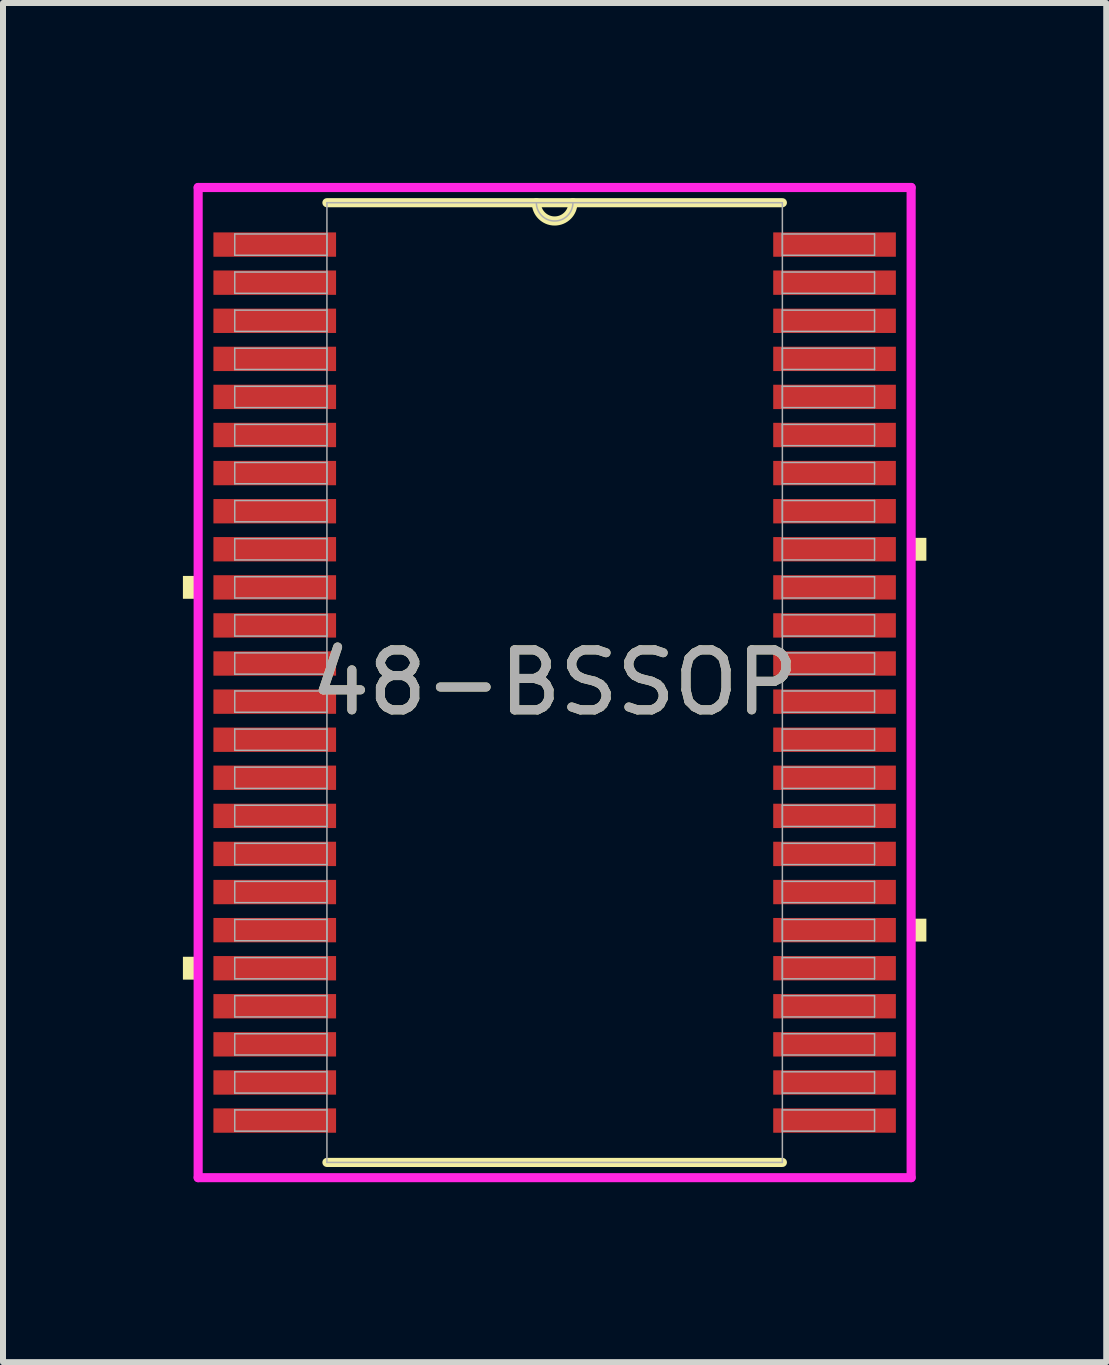
<source format=kicad_pcb>
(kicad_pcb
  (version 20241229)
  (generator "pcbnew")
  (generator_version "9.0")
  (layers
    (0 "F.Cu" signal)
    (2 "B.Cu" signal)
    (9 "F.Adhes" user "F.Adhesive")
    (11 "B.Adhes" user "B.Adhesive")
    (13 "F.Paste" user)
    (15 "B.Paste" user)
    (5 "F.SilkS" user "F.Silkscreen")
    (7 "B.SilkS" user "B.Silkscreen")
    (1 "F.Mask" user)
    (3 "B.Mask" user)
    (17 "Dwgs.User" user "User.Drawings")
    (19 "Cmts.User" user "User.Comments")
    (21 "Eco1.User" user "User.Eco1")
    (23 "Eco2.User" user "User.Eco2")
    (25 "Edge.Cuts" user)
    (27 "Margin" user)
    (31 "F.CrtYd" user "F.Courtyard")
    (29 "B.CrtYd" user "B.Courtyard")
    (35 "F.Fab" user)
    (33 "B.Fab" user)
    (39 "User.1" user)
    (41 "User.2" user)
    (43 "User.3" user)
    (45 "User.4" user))
  (footprint "48-BSSOP"
    (layer "F.Cu")
    (at 6.198 8.331)
    (property "Reference" "48-BSSOP" (at 0 0 0) (unlocked yes) (layer "F.SilkS") (effects (font (size 1 1) (thickness 0.15))))
    (attr smd)
    (fp_line (start -3.797 8.001) (end 3.797 8.001) (stroke (width 0.152) (type solid)) (layer "F.SilkS"))
    (fp_line (start 3.797 -8.001) (end -3.797 -8.001) (stroke (width 0.152) (type solid)) (layer "F.SilkS"))
    (fp_arc (start 0.3048 -8.001) (mid 0 -7.6962) (end -0.3048 -8.001) (stroke (width 0.1524) (type solid)) (layer "F.SilkS"))
    (fp_poly (pts (xy -6.198 -1.778) (xy -6.198 -1.397) (xy -5.944 -1.397) (xy -5.944 -1.778)) (stroke (width 0) (type solid)) (fill yes) (layer "F.SilkS"))
    (fp_poly (pts (xy -6.198 4.572) (xy -6.198 4.953) (xy -5.944 4.953) (xy -5.944 4.572)) (stroke (width 0) (type solid)) (fill yes) (layer "F.SilkS"))
    (fp_poly (pts (xy 6.198 -2.413) (xy 6.198 -2.032) (xy 5.944 -2.032) (xy 5.944 -2.413)) (stroke (width 0) (type solid)) (fill yes) (layer "F.SilkS"))
    (fp_poly (pts (xy 6.198 3.937) (xy 6.198 4.318) (xy 5.944 4.318) (xy 5.944 3.937)) (stroke (width 0) (type solid)) (fill yes) (layer "F.SilkS"))
    (fp_line (start -5.944 -8.255) (end 5.944 -8.255) (stroke (width 0.152) (type solid)) (layer "F.CrtYd"))
    (fp_line (start -5.944 8.255) (end -5.944 -8.255) (stroke (width 0.152) (type solid)) (layer "F.CrtYd"))
    (fp_line (start 5.944 -8.255) (end 5.944 8.255) (stroke (width 0.152) (type solid)) (layer "F.CrtYd"))
    (fp_line (start 5.944 8.255) (end -5.944 8.255) (stroke (width 0.152) (type solid)) (layer "F.CrtYd"))
    (fp_line (start -5.334 -7.48) (end -5.334 -7.125) (stroke (width 0.025) (type solid)) (layer "F.Fab"))
    (fp_line (start -5.334 -7.125) (end -3.797 -7.125) (stroke (width 0.025) (type solid)) (layer "F.Fab"))
    (fp_line (start -5.334 -6.845) (end -5.334 -6.49) (stroke (width 0.025) (type solid)) (layer "F.Fab"))
    (fp_line (start -5.334 -6.49) (end -3.797 -6.49) (stroke (width 0.025) (type solid)) (layer "F.Fab"))
    (fp_line (start -5.334 -6.21) (end -5.334 -5.855) (stroke (width 0.025) (type solid)) (layer "F.Fab"))
    (fp_line (start -5.334 -5.855) (end -3.797 -5.855) (stroke (width 0.025) (type solid)) (layer "F.Fab"))
    (fp_line (start -5.334 -5.575) (end -5.334 -5.22) (stroke (width 0.025) (type solid)) (layer "F.Fab"))
    (fp_line (start -5.334 -5.22) (end -3.797 -5.22) (stroke (width 0.025) (type solid)) (layer "F.Fab"))
    (fp_line (start -5.334 -4.94) (end -5.334 -4.585) (stroke (width 0.025) (type solid)) (layer "F.Fab"))
    (fp_line (start -5.334 -4.585) (end -3.797 -4.585) (stroke (width 0.025) (type solid)) (layer "F.Fab"))
    (fp_line (start -5.334 -4.305) (end -5.334 -3.95) (stroke (width 0.025) (type solid)) (layer "F.Fab"))
    (fp_line (start -5.334 -3.95) (end -3.797 -3.95) (stroke (width 0.025) (type solid)) (layer "F.Fab"))
    (fp_line (start -5.334 -3.67) (end -5.334 -3.315) (stroke (width 0.025) (type solid)) (layer "F.Fab"))
    (fp_line (start -5.334 -3.315) (end -3.797 -3.315) (stroke (width 0.025) (type solid)) (layer "F.Fab"))
    (fp_line (start -5.334 -3.035) (end -5.334 -2.68) (stroke (width 0.025) (type solid)) (layer "F.Fab"))
    (fp_line (start -5.334 -2.68) (end -3.797 -2.68) (stroke (width 0.025) (type solid)) (layer "F.Fab"))
    (fp_line (start -5.334 -2.4) (end -5.334 -2.045) (stroke (width 0.025) (type solid)) (layer "F.Fab"))
    (fp_line (start -5.334 -2.045) (end -3.797 -2.045) (stroke (width 0.025) (type solid)) (layer "F.Fab"))
    (fp_line (start -5.334 -1.765) (end -5.334 -1.41) (stroke (width 0.025) (type solid)) (layer "F.Fab"))
    (fp_line (start -5.334 -1.41) (end -3.797 -1.41) (stroke (width 0.025) (type solid)) (layer "F.Fab"))
    (fp_line (start -5.334 -1.13) (end -5.334 -0.775) (stroke (width 0.025) (type solid)) (layer "F.Fab"))
    (fp_line (start -5.334 -0.775) (end -3.797 -0.775) (stroke (width 0.025) (type solid)) (layer "F.Fab"))
    (fp_line (start -5.334 -0.495) (end -5.334 -0.14) (stroke (width 0.025) (type solid)) (layer "F.Fab"))
    (fp_line (start -5.334 -0.14) (end -3.797 -0.14) (stroke (width 0.025) (type solid)) (layer "F.Fab"))
    (fp_line (start -5.334 0.14) (end -5.334 0.495) (stroke (width 0.025) (type solid)) (layer "F.Fab"))
    (fp_line (start -5.334 0.495) (end -3.797 0.495) (stroke (width 0.025) (type solid)) (layer "F.Fab"))
    (fp_line (start -5.334 0.775) (end -5.334 1.13) (stroke (width 0.025) (type solid)) (layer "F.Fab"))
    (fp_line (start -5.334 1.13) (end -3.797 1.13) (stroke (width 0.025) (type solid)) (layer "F.Fab"))
    (fp_line (start -5.334 1.41) (end -5.334 1.765) (stroke (width 0.025) (type solid)) (layer "F.Fab"))
    (fp_line (start -5.334 1.765) (end -3.797 1.765) (stroke (width 0.025) (type solid)) (layer "F.Fab"))
    (fp_line (start -5.334 2.045) (end -5.334 2.4) (stroke (width 0.025) (type solid)) (layer "F.Fab"))
    (fp_line (start -5.334 2.4) (end -3.797 2.4) (stroke (width 0.025) (type solid)) (layer "F.Fab"))
    (fp_line (start -5.334 2.68) (end -5.334 3.035) (stroke (width 0.025) (type solid)) (layer "F.Fab"))
    (fp_line (start -5.334 3.035) (end -3.797 3.035) (stroke (width 0.025) (type solid)) (layer "F.Fab"))
    (fp_line (start -5.334 3.315) (end -5.334 3.67) (stroke (width 0.025) (type solid)) (layer "F.Fab"))
    (fp_line (start -5.334 3.67) (end -3.797 3.67) (stroke (width 0.025) (type solid)) (layer "F.Fab"))
    (fp_line (start -5.334 3.95) (end -5.334 4.305) (stroke (width 0.025) (type solid)) (layer "F.Fab"))
    (fp_line (start -5.334 4.305) (end -3.797 4.305) (stroke (width 0.025) (type solid)) (layer "F.Fab"))
    (fp_line (start -5.334 4.585) (end -5.334 4.94) (stroke (width 0.025) (type solid)) (layer "F.Fab"))
    (fp_line (start -5.334 4.94) (end -3.797 4.94) (stroke (width 0.025) (type solid)) (layer "F.Fab"))
    (fp_line (start -5.334 5.22) (end -5.334 5.575) (stroke (width 0.025) (type solid)) (layer "F.Fab"))
    (fp_line (start -5.334 5.575) (end -3.797 5.575) (stroke (width 0.025) (type solid)) (layer "F.Fab"))
    (fp_line (start -5.334 5.855) (end -5.334 6.21) (stroke (width 0.025) (type solid)) (layer "F.Fab"))
    (fp_line (start -5.334 6.21) (end -3.797 6.21) (stroke (width 0.025) (type solid)) (layer "F.Fab"))
    (fp_line (start -5.334 6.49) (end -5.334 6.845) (stroke (width 0.025) (type solid)) (layer "F.Fab"))
    (fp_line (start -5.334 6.845) (end -3.797 6.845) (stroke (width 0.025) (type solid)) (layer "F.Fab"))
    (fp_line (start -5.334 7.125) (end -5.334 7.48) (stroke (width 0.025) (type solid)) (layer "F.Fab"))
    (fp_line (start -5.334 7.48) (end -3.797 7.48) (stroke (width 0.025) (type solid)) (layer "F.Fab"))
    (fp_line (start -3.797 -8.001) (end -3.797 8.001) (stroke (width 0.025) (type solid)) (layer "F.Fab"))
    (fp_line (start -3.797 -7.48) (end -5.334 -7.48) (stroke (width 0.025) (type solid)) (layer "F.Fab"))
    (fp_line (start -3.797 -7.125) (end -3.797 -7.48) (stroke (width 0.025) (type solid)) (layer "F.Fab"))
    (fp_line (start -3.797 -6.845) (end -5.334 -6.845) (stroke (width 0.025) (type solid)) (layer "F.Fab"))
    (fp_line (start -3.797 -6.49) (end -3.797 -6.845) (stroke (width 0.025) (type solid)) (layer "F.Fab"))
    (fp_line (start -3.797 -6.21) (end -5.334 -6.21) (stroke (width 0.025) (type solid)) (layer "F.Fab"))
    (fp_line (start -3.797 -5.855) (end -3.797 -6.21) (stroke (width 0.025) (type solid)) (layer "F.Fab"))
    (fp_line (start -3.797 -5.575) (end -5.334 -5.575) (stroke (width 0.025) (type solid)) (layer "F.Fab"))
    (fp_line (start -3.797 -5.22) (end -3.797 -5.575) (stroke (width 0.025) (type solid)) (layer "F.Fab"))
    (fp_line (start -3.797 -4.94) (end -5.334 -4.94) (stroke (width 0.025) (type solid)) (layer "F.Fab"))
    (fp_line (start -3.797 -4.585) (end -3.797 -4.94) (stroke (width 0.025) (type solid)) (layer "F.Fab"))
    (fp_line (start -3.797 -4.305) (end -5.334 -4.305) (stroke (width 0.025) (type solid)) (layer "F.Fab"))
    (fp_line (start -3.797 -3.95) (end -3.797 -4.305) (stroke (width 0.025) (type solid)) (layer "F.Fab"))
    (fp_line (start -3.797 -3.67) (end -5.334 -3.67) (stroke (width 0.025) (type solid)) (layer "F.Fab"))
    (fp_line (start -3.797 -3.315) (end -3.797 -3.67) (stroke (width 0.025) (type solid)) (layer "F.Fab"))
    (fp_line (start -3.797 -3.035) (end -5.334 -3.035) (stroke (width 0.025) (type solid)) (layer "F.Fab"))
    (fp_line (start -3.797 -2.68) (end -3.797 -3.035) (stroke (width 0.025) (type solid)) (layer "F.Fab"))
    (fp_line (start -3.797 -2.4) (end -5.334 -2.4) (stroke (width 0.025) (type solid)) (layer "F.Fab"))
    (fp_line (start -3.797 -2.045) (end -3.797 -2.4) (stroke (width 0.025) (type solid)) (layer "F.Fab"))
    (fp_line (start -3.797 -1.765) (end -5.334 -1.765) (stroke (width 0.025) (type solid)) (layer "F.Fab"))
    (fp_line (start -3.797 -1.41) (end -3.797 -1.765) (stroke (width 0.025) (type solid)) (layer "F.Fab"))
    (fp_line (start -3.797 -1.13) (end -5.334 -1.13) (stroke (width 0.025) (type solid)) (layer "F.Fab"))
    (fp_line (start -3.797 -0.775) (end -3.797 -1.13) (stroke (width 0.025) (type solid)) (layer "F.Fab"))
    (fp_line (start -3.797 -0.495) (end -5.334 -0.495) (stroke (width 0.025) (type solid)) (layer "F.Fab"))
    (fp_line (start -3.797 -0.14) (end -3.797 -0.495) (stroke (width 0.025) (type solid)) (layer "F.Fab"))
    (fp_line (start -3.797 0.14) (end -5.334 0.14) (stroke (width 0.025) (type solid)) (layer "F.Fab"))
    (fp_line (start -3.797 0.495) (end -3.797 0.14) (stroke (width 0.025) (type solid)) (layer "F.Fab"))
    (fp_line (start -3.797 0.775) (end -5.334 0.775) (stroke (width 0.025) (type solid)) (layer "F.Fab"))
    (fp_line (start -3.797 1.13) (end -3.797 0.775) (stroke (width 0.025) (type solid)) (layer "F.Fab"))
    (fp_line (start -3.797 1.41) (end -5.334 1.41) (stroke (width 0.025) (type solid)) (layer "F.Fab"))
    (fp_line (start -3.797 1.765) (end -3.797 1.41) (stroke (width 0.025) (type solid)) (layer "F.Fab"))
    (fp_line (start -3.797 2.045) (end -5.334 2.045) (stroke (width 0.025) (type solid)) (layer "F.Fab"))
    (fp_line (start -3.797 2.4) (end -3.797 2.045) (stroke (width 0.025) (type solid)) (layer "F.Fab"))
    (fp_line (start -3.797 2.68) (end -5.334 2.68) (stroke (width 0.025) (type solid)) (layer "F.Fab"))
    (fp_line (start -3.797 3.035) (end -3.797 2.68) (stroke (width 0.025) (type solid)) (layer "F.Fab"))
    (fp_line (start -3.797 3.315) (end -5.334 3.315) (stroke (width 0.025) (type solid)) (layer "F.Fab"))
    (fp_line (start -3.797 3.67) (end -3.797 3.315) (stroke (width 0.025) (type solid)) (layer "F.Fab"))
    (fp_line (start -3.797 3.95) (end -5.334 3.95) (stroke (width 0.025) (type solid)) (layer "F.Fab"))
    (fp_line (start -3.797 4.305) (end -3.797 3.95) (stroke (width 0.025) (type solid)) (layer "F.Fab"))
    (fp_line (start -3.797 4.585) (end -5.334 4.585) (stroke (width 0.025) (type solid)) (layer "F.Fab"))
    (fp_line (start -3.797 4.94) (end -3.797 4.585) (stroke (width 0.025) (type solid)) (layer "F.Fab"))
    (fp_line (start -3.797 5.22) (end -5.334 5.22) (stroke (width 0.025) (type solid)) (layer "F.Fab"))
    (fp_line (start -3.797 5.575) (end -3.797 5.22) (stroke (width 0.025) (type solid)) (layer "F.Fab"))
    (fp_line (start -3.797 5.855) (end -5.334 5.855) (stroke (width 0.025) (type solid)) (layer "F.Fab"))
    (fp_line (start -3.797 6.21) (end -3.797 5.855) (stroke (width 0.025) (type solid)) (layer "F.Fab"))
    (fp_line (start -3.797 6.49) (end -5.334 6.49) (stroke (width 0.025) (type solid)) (layer "F.Fab"))
    (fp_line (start -3.797 6.845) (end -3.797 6.49) (stroke (width 0.025) (type solid)) (layer "F.Fab"))
    (fp_line (start -3.797 7.125) (end -5.334 7.125) (stroke (width 0.025) (type solid)) (layer "F.Fab"))
    (fp_line (start -3.797 7.48) (end -3.797 7.125) (stroke (width 0.025) (type solid)) (layer "F.Fab"))
    (fp_line (start -3.797 8.001) (end 3.797 8.001) (stroke (width 0.025) (type solid)) (layer "F.Fab"))
    (fp_line (start 3.797 -8.001) (end -3.797 -8.001) (stroke (width 0.025) (type solid)) (layer "F.Fab"))
    (fp_line (start 3.797 -7.48) (end 3.797 -7.125) (stroke (width 0.025) (type solid)) (layer "F.Fab"))
    (fp_line (start 3.797 -7.125) (end 5.334 -7.125) (stroke (width 0.025) (type solid)) (layer "F.Fab"))
    (fp_line (start 3.797 -6.845) (end 3.797 -6.49) (stroke (width 0.025) (type solid)) (layer "F.Fab"))
    (fp_line (start 3.797 -6.49) (end 5.334 -6.49) (stroke (width 0.025) (type solid)) (layer "F.Fab"))
    (fp_line (start 3.797 -6.21) (end 3.797 -5.855) (stroke (width 0.025) (type solid)) (layer "F.Fab"))
    (fp_line (start 3.797 -5.855) (end 5.334 -5.855) (stroke (width 0.025) (type solid)) (layer "F.Fab"))
    (fp_line (start 3.797 -5.575) (end 3.797 -5.22) (stroke (width 0.025) (type solid)) (layer "F.Fab"))
    (fp_line (start 3.797 -5.22) (end 5.334 -5.22) (stroke (width 0.025) (type solid)) (layer "F.Fab"))
    (fp_line (start 3.797 -4.94) (end 3.797 -4.585) (stroke (width 0.025) (type solid)) (layer "F.Fab"))
    (fp_line (start 3.797 -4.585) (end 5.334 -4.585) (stroke (width 0.025) (type solid)) (layer "F.Fab"))
    (fp_line (start 3.797 -4.305) (end 3.797 -3.95) (stroke (width 0.025) (type solid)) (layer "F.Fab"))
    (fp_line (start 3.797 -3.95) (end 5.334 -3.95) (stroke (width 0.025) (type solid)) (layer "F.Fab"))
    (fp_line (start 3.797 -3.67) (end 3.797 -3.315) (stroke (width 0.025) (type solid)) (layer "F.Fab"))
    (fp_line (start 3.797 -3.315) (end 5.334 -3.315) (stroke (width 0.025) (type solid)) (layer "F.Fab"))
    (fp_line (start 3.797 -3.035) (end 3.797 -2.68) (stroke (width 0.025) (type solid)) (layer "F.Fab"))
    (fp_line (start 3.797 -2.68) (end 5.334 -2.68) (stroke (width 0.025) (type solid)) (layer "F.Fab"))
    (fp_line (start 3.797 -2.4) (end 3.797 -2.045) (stroke (width 0.025) (type solid)) (layer "F.Fab"))
    (fp_line (start 3.797 -2.045) (end 5.334 -2.045) (stroke (width 0.025) (type solid)) (layer "F.Fab"))
    (fp_line (start 3.797 -1.765) (end 3.797 -1.41) (stroke (width 0.025) (type solid)) (layer "F.Fab"))
    (fp_line (start 3.797 -1.41) (end 5.334 -1.41) (stroke (width 0.025) (type solid)) (layer "F.Fab"))
    (fp_line (start 3.797 -1.13) (end 3.797 -0.775) (stroke (width 0.025) (type solid)) (layer "F.Fab"))
    (fp_line (start 3.797 -0.775) (end 5.334 -0.775) (stroke (width 0.025) (type solid)) (layer "F.Fab"))
    (fp_line (start 3.797 -0.495) (end 3.797 -0.14) (stroke (width 0.025) (type solid)) (layer "F.Fab"))
    (fp_line (start 3.797 -0.14) (end 5.334 -0.14) (stroke (width 0.025) (type solid)) (layer "F.Fab"))
    (fp_line (start 3.797 0.14) (end 3.797 0.495) (stroke (width 0.025) (type solid)) (layer "F.Fab"))
    (fp_line (start 3.797 0.495) (end 5.334 0.495) (stroke (width 0.025) (type solid)) (layer "F.Fab"))
    (fp_line (start 3.797 0.775) (end 3.797 1.13) (stroke (width 0.025) (type solid)) (layer "F.Fab"))
    (fp_line (start 3.797 1.13) (end 5.334 1.13) (stroke (width 0.025) (type solid)) (layer "F.Fab"))
    (fp_line (start 3.797 1.41) (end 3.797 1.765) (stroke (width 0.025) (type solid)) (layer "F.Fab"))
    (fp_line (start 3.797 1.765) (end 5.334 1.765) (stroke (width 0.025) (type solid)) (layer "F.Fab"))
    (fp_line (start 3.797 2.045) (end 3.797 2.4) (stroke (width 0.025) (type solid)) (layer "F.Fab"))
    (fp_line (start 3.797 2.4) (end 5.334 2.4) (stroke (width 0.025) (type solid)) (layer "F.Fab"))
    (fp_line (start 3.797 2.68) (end 3.797 3.035) (stroke (width 0.025) (type solid)) (layer "F.Fab"))
    (fp_line (start 3.797 3.035) (end 5.334 3.035) (stroke (width 0.025) (type solid)) (layer "F.Fab"))
    (fp_line (start 3.797 3.315) (end 3.797 3.67) (stroke (width 0.025) (type solid)) (layer "F.Fab"))
    (fp_line (start 3.797 3.67) (end 5.334 3.67) (stroke (width 0.025) (type solid)) (layer "F.Fab"))
    (fp_line (start 3.797 3.95) (end 3.797 4.305) (stroke (width 0.025) (type solid)) (layer "F.Fab"))
    (fp_line (start 3.797 4.305) (end 5.334 4.305) (stroke (width 0.025) (type solid)) (layer "F.Fab"))
    (fp_line (start 3.797 4.585) (end 3.797 4.94) (stroke (width 0.025) (type solid)) (layer "F.Fab"))
    (fp_line (start 3.797 4.94) (end 5.334 4.94) (stroke (width 0.025) (type solid)) (layer "F.Fab"))
    (fp_line (start 3.797 5.22) (end 3.797 5.575) (stroke (width 0.025) (type solid)) (layer "F.Fab"))
    (fp_line (start 3.797 5.575) (end 5.334 5.575) (stroke (width 0.025) (type solid)) (layer "F.Fab"))
    (fp_line (start 3.797 5.855) (end 3.797 6.21) (stroke (width 0.025) (type solid)) (layer "F.Fab"))
    (fp_line (start 3.797 6.21) (end 5.334 6.21) (stroke (width 0.025) (type solid)) (layer "F.Fab"))
    (fp_line (start 3.797 6.49) (end 3.797 6.845) (stroke (width 0.025) (type solid)) (layer "F.Fab"))
    (fp_line (start 3.797 6.845) (end 5.334 6.845) (stroke (width 0.025) (type solid)) (layer "F.Fab"))
    (fp_line (start 3.797 7.125) (end 3.797 7.48) (stroke (width 0.025) (type solid)) (layer "F.Fab"))
    (fp_line (start 3.797 7.48) (end 5.334 7.48) (stroke (width 0.025) (type solid)) (layer "F.Fab"))
    (fp_line (start 3.797 8.001) (end 3.797 -8.001) (stroke (width 0.025) (type solid)) (layer "F.Fab"))
    (fp_line (start 5.334 -7.48) (end 3.797 -7.48) (stroke (width 0.025) (type solid)) (layer "F.Fab"))
    (fp_line (start 5.334 -7.125) (end 5.334 -7.48) (stroke (width 0.025) (type solid)) (layer "F.Fab"))
    (fp_line (start 5.334 -6.845) (end 3.797 -6.845) (stroke (width 0.025) (type solid)) (layer "F.Fab"))
    (fp_line (start 5.334 -6.49) (end 5.334 -6.845) (stroke (width 0.025) (type solid)) (layer "F.Fab"))
    (fp_line (start 5.334 -6.21) (end 3.797 -6.21) (stroke (width 0.025) (type solid)) (layer "F.Fab"))
    (fp_line (start 5.334 -5.855) (end 5.334 -6.21) (stroke (width 0.025) (type solid)) (layer "F.Fab"))
    (fp_line (start 5.334 -5.575) (end 3.797 -5.575) (stroke (width 0.025) (type solid)) (layer "F.Fab"))
    (fp_line (start 5.334 -5.22) (end 5.334 -5.575) (stroke (width 0.025) (type solid)) (layer "F.Fab"))
    (fp_line (start 5.334 -4.94) (end 3.797 -4.94) (stroke (width 0.025) (type solid)) (layer "F.Fab"))
    (fp_line (start 5.334 -4.585) (end 5.334 -4.94) (stroke (width 0.025) (type solid)) (layer "F.Fab"))
    (fp_line (start 5.334 -4.305) (end 3.797 -4.305) (stroke (width 0.025) (type solid)) (layer "F.Fab"))
    (fp_line (start 5.334 -3.95) (end 5.334 -4.305) (stroke (width 0.025) (type solid)) (layer "F.Fab"))
    (fp_line (start 5.334 -3.67) (end 3.797 -3.67) (stroke (width 0.025) (type solid)) (layer "F.Fab"))
    (fp_line (start 5.334 -3.315) (end 5.334 -3.67) (stroke (width 0.025) (type solid)) (layer "F.Fab"))
    (fp_line (start 5.334 -3.035) (end 3.797 -3.035) (stroke (width 0.025) (type solid)) (layer "F.Fab"))
    (fp_line (start 5.334 -2.68) (end 5.334 -3.035) (stroke (width 0.025) (type solid)) (layer "F.Fab"))
    (fp_line (start 5.334 -2.4) (end 3.797 -2.4) (stroke (width 0.025) (type solid)) (layer "F.Fab"))
    (fp_line (start 5.334 -2.045) (end 5.334 -2.4) (stroke (width 0.025) (type solid)) (layer "F.Fab"))
    (fp_line (start 5.334 -1.765) (end 3.797 -1.765) (stroke (width 0.025) (type solid)) (layer "F.Fab"))
    (fp_line (start 5.334 -1.41) (end 5.334 -1.765) (stroke (width 0.025) (type solid)) (layer "F.Fab"))
    (fp_line (start 5.334 -1.13) (end 3.797 -1.13) (stroke (width 0.025) (type solid)) (layer "F.Fab"))
    (fp_line (start 5.334 -0.775) (end 5.334 -1.13) (stroke (width 0.025) (type solid)) (layer "F.Fab"))
    (fp_line (start 5.334 -0.495) (end 3.797 -0.495) (stroke (width 0.025) (type solid)) (layer "F.Fab"))
    (fp_line (start 5.334 -0.14) (end 5.334 -0.495) (stroke (width 0.025) (type solid)) (layer "F.Fab"))
    (fp_line (start 5.334 0.14) (end 3.797 0.14) (stroke (width 0.025) (type solid)) (layer "F.Fab"))
    (fp_line (start 5.334 0.495) (end 5.334 0.14) (stroke (width 0.025) (type solid)) (layer "F.Fab"))
    (fp_line (start 5.334 0.775) (end 3.797 0.775) (stroke (width 0.025) (type solid)) (layer "F.Fab"))
    (fp_line (start 5.334 1.13) (end 5.334 0.775) (stroke (width 0.025) (type solid)) (layer "F.Fab"))
    (fp_line (start 5.334 1.41) (end 3.797 1.41) (stroke (width 0.025) (type solid)) (layer "F.Fab"))
    (fp_line (start 5.334 1.765) (end 5.334 1.41) (stroke (width 0.025) (type solid)) (layer "F.Fab"))
    (fp_line (start 5.334 2.045) (end 3.797 2.045) (stroke (width 0.025) (type solid)) (layer "F.Fab"))
    (fp_line (start 5.334 2.4) (end 5.334 2.045) (stroke (width 0.025) (type solid)) (layer "F.Fab"))
    (fp_line (start 5.334 2.68) (end 3.797 2.68) (stroke (width 0.025) (type solid)) (layer "F.Fab"))
    (fp_line (start 5.334 3.035) (end 5.334 2.68) (stroke (width 0.025) (type solid)) (layer "F.Fab"))
    (fp_line (start 5.334 3.315) (end 3.797 3.315) (stroke (width 0.025) (type solid)) (layer "F.Fab"))
    (fp_line (start 5.334 3.67) (end 5.334 3.315) (stroke (width 0.025) (type solid)) (layer "F.Fab"))
    (fp_line (start 5.334 3.95) (end 3.797 3.95) (stroke (width 0.025) (type solid)) (layer "F.Fab"))
    (fp_line (start 5.334 4.305) (end 5.334 3.95) (stroke (width 0.025) (type solid)) (layer "F.Fab"))
    (fp_line (start 5.334 4.585) (end 3.797 4.585) (stroke (width 0.025) (type solid)) (layer "F.Fab"))
    (fp_line (start 5.334 4.94) (end 5.334 4.585) (stroke (width 0.025) (type solid)) (layer "F.Fab"))
    (fp_line (start 5.334 5.22) (end 3.797 5.22) (stroke (width 0.025) (type solid)) (layer "F.Fab"))
    (fp_line (start 5.334 5.575) (end 5.334 5.22) (stroke (width 0.025) (type solid)) (layer "F.Fab"))
    (fp_line (start 5.334 5.855) (end 3.797 5.855) (stroke (width 0.025) (type solid)) (layer "F.Fab"))
    (fp_line (start 5.334 6.21) (end 5.334 5.855) (stroke (width 0.025) (type solid)) (layer "F.Fab"))
    (fp_line (start 5.334 6.49) (end 3.797 6.49) (stroke (width 0.025) (type solid)) (layer "F.Fab"))
    (fp_line (start 5.334 6.845) (end 5.334 6.49) (stroke (width 0.025) (type solid)) (layer "F.Fab"))
    (fp_line (start 5.334 7.125) (end 3.797 7.125) (stroke (width 0.025) (type solid)) (layer "F.Fab"))
    (fp_line (start 5.334 7.48) (end 5.334 7.125) (stroke (width 0.025) (type solid)) (layer "F.Fab"))
    (fp_arc (start 0.3048 -8.001) (mid 0 -7.6962) (end -0.3048 -8.001) (stroke (width 0.0254) (type solid)) (layer "F.Fab"))
    (fp_text user "${REFERENCE}" (at 0 0 0) (unlocked yes) (layer "F.Fab") (effects (font (size 1 1) (thickness 0.15))))
    (pad "1" smd rect (at -4.667 -7.303) (size 2.045 0.406) (layers "F.Cu" "F.Mask" "F.Paste"))
    (pad "2" smd rect (at -4.667 -6.668) (size 2.045 0.406) (layers "F.Cu" "F.Mask" "F.Paste"))
    (pad "3" smd rect (at -4.667 -6.032) (size 2.045 0.406) (layers "F.Cu" "F.Mask" "F.Paste"))
    (pad "4" smd rect (at -4.667 -5.397) (size 2.045 0.406) (layers "F.Cu" "F.Mask" "F.Paste"))
    (pad "5" smd rect (at -4.667 -4.763) (size 2.045 0.406) (layers "F.Cu" "F.Mask" "F.Paste"))
    (pad "6" smd rect (at -4.667 -4.128) (size 2.045 0.406) (layers "F.Cu" "F.Mask" "F.Paste"))
    (pad "7" smd rect (at -4.667 -3.493) (size 2.045 0.406) (layers "F.Cu" "F.Mask" "F.Paste"))
    (pad "8" smd rect (at -4.667 -2.857) (size 2.045 0.406) (layers "F.Cu" "F.Mask" "F.Paste"))
    (pad "9" smd rect (at -4.667 -2.223) (size 2.045 0.406) (layers "F.Cu" "F.Mask" "F.Paste"))
    (pad "10" smd rect (at -4.667 -1.587) (size 2.045 0.406) (layers "F.Cu" "F.Mask" "F.Paste"))
    (pad "11" smd rect (at -4.667 -0.953) (size 2.045 0.406) (layers "F.Cu" "F.Mask" "F.Paste"))
    (pad "12" smd rect (at -4.667 -0.318) (size 2.045 0.406) (layers "F.Cu" "F.Mask" "F.Paste"))
    (pad "13" smd rect (at -4.667 0.318) (size 2.045 0.406) (layers "F.Cu" "F.Mask" "F.Paste"))
    (pad "14" smd rect (at -4.667 0.953) (size 2.045 0.406) (layers "F.Cu" "F.Mask" "F.Paste"))
    (pad "15" smd rect (at -4.667 1.587) (size 2.045 0.406) (layers "F.Cu" "F.Mask" "F.Paste"))
    (pad "16" smd rect (at -4.667 2.223) (size 2.045 0.406) (layers "F.Cu" "F.Mask" "F.Paste"))
    (pad "17" smd rect (at -4.667 2.857) (size 2.045 0.406) (layers "F.Cu" "F.Mask" "F.Paste"))
    (pad "18" smd rect (at -4.667 3.493) (size 2.045 0.406) (layers "F.Cu" "F.Mask" "F.Paste"))
    (pad "19" smd rect (at -4.667 4.128) (size 2.045 0.406) (layers "F.Cu" "F.Mask" "F.Paste"))
    (pad "20" smd rect (at -4.667 4.763) (size 2.045 0.406) (layers "F.Cu" "F.Mask" "F.Paste"))
    (pad "21" smd rect (at -4.667 5.397) (size 2.045 0.406) (layers "F.Cu" "F.Mask" "F.Paste"))
    (pad "22" smd rect (at -4.667 6.032) (size 2.045 0.406) (layers "F.Cu" "F.Mask" "F.Paste"))
    (pad "23" smd rect (at -4.667 6.668) (size 2.045 0.406) (layers "F.Cu" "F.Mask" "F.Paste"))
    (pad "24" smd rect (at -4.667 7.303) (size 2.045 0.406) (layers "F.Cu" "F.Mask" "F.Paste"))
    (pad "25" smd rect (at 4.667 7.303) (size 2.045 0.406) (layers "F.Cu" "F.Mask" "F.Paste"))
    (pad "26" smd rect (at 4.667 6.668) (size 2.045 0.406) (layers "F.Cu" "F.Mask" "F.Paste"))
    (pad "27" smd rect (at 4.667 6.032) (size 2.045 0.406) (layers "F.Cu" "F.Mask" "F.Paste"))
    (pad "28" smd rect (at 4.667 5.397) (size 2.045 0.406) (layers "F.Cu" "F.Mask" "F.Paste"))
    (pad "29" smd rect (at 4.667 4.763) (size 2.045 0.406) (layers "F.Cu" "F.Mask" "F.Paste"))
    (pad "30" smd rect (at 4.667 4.128) (size 2.045 0.406) (layers "F.Cu" "F.Mask" "F.Paste"))
    (pad "31" smd rect (at 4.667 3.493) (size 2.045 0.406) (layers "F.Cu" "F.Mask" "F.Paste"))
    (pad "32" smd rect (at 4.667 2.857) (size 2.045 0.406) (layers "F.Cu" "F.Mask" "F.Paste"))
    (pad "33" smd rect (at 4.667 2.223) (size 2.045 0.406) (layers "F.Cu" "F.Mask" "F.Paste"))
    (pad "34" smd rect (at 4.667 1.587) (size 2.045 0.406) (layers "F.Cu" "F.Mask" "F.Paste"))
    (pad "35" smd rect (at 4.667 0.953) (size 2.045 0.406) (layers "F.Cu" "F.Mask" "F.Paste"))
    (pad "36" smd rect (at 4.667 0.318) (size 2.045 0.406) (layers "F.Cu" "F.Mask" "F.Paste"))
    (pad "37" smd rect (at 4.667 -0.318) (size 2.045 0.406) (layers "F.Cu" "F.Mask" "F.Paste"))
    (pad "38" smd rect (at 4.667 -0.953) (size 2.045 0.406) (layers "F.Cu" "F.Mask" "F.Paste"))
    (pad "39" smd rect (at 4.667 -1.587) (size 2.045 0.406) (layers "F.Cu" "F.Mask" "F.Paste"))
    (pad "40" smd rect (at 4.667 -2.223) (size 2.045 0.406) (layers "F.Cu" "F.Mask" "F.Paste"))
    (pad "41" smd rect (at 4.667 -2.857) (size 2.045 0.406) (layers "F.Cu" "F.Mask" "F.Paste"))
    (pad "42" smd rect (at 4.667 -3.493) (size 2.045 0.406) (layers "F.Cu" "F.Mask" "F.Paste"))
    (pad "43" smd rect (at 4.667 -4.128) (size 2.045 0.406) (layers "F.Cu" "F.Mask" "F.Paste"))
    (pad "44" smd rect (at 4.667 -4.763) (size 2.045 0.406) (layers "F.Cu" "F.Mask" "F.Paste"))
    (pad "45" smd rect (at 4.667 -5.397) (size 2.045 0.406) (layers "F.Cu" "F.Mask" "F.Paste"))
    (pad "46" smd rect (at 4.667 -6.032) (size 2.045 0.406) (layers "F.Cu" "F.Mask" "F.Paste"))
    (pad "47" smd rect (at 4.667 -6.668) (size 2.045 0.406) (layers "F.Cu" "F.Mask" "F.Paste"))
    (pad "48" smd rect (at 4.667 -7.303) (size 2.045 0.406) (layers "F.Cu" "F.Mask" "F.Paste")))
  (gr_rect
    (start -3 -3)
    (end 15.395 19.662)
    (stroke (width 0.1) (type default))
    (fill no)
    (layer "Edge.Cuts")))
</source>
